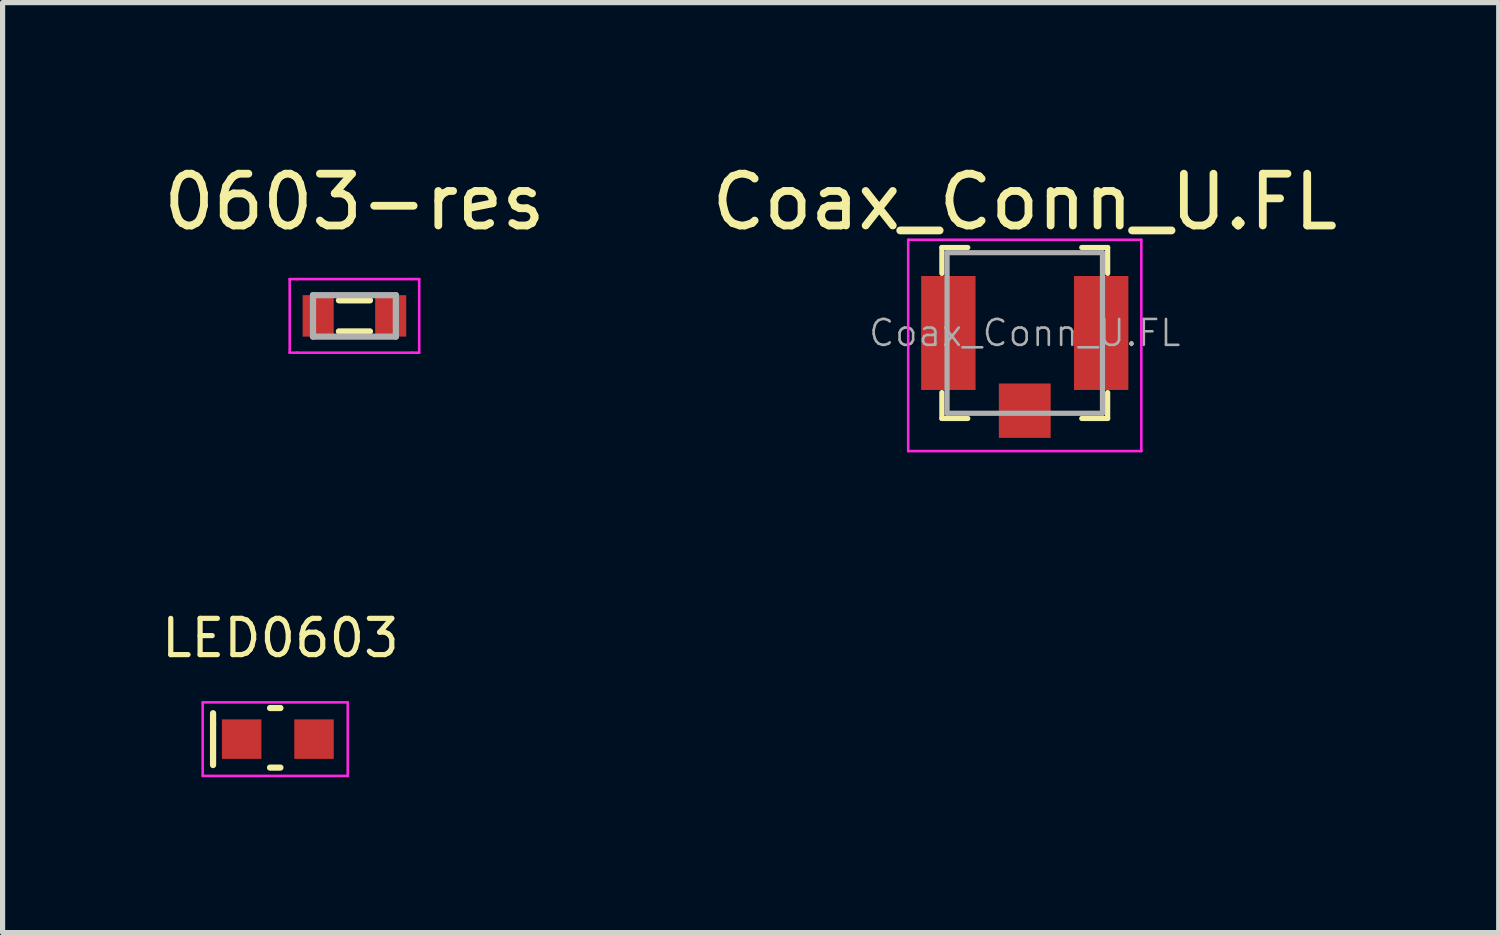
<source format=kicad_pcb>
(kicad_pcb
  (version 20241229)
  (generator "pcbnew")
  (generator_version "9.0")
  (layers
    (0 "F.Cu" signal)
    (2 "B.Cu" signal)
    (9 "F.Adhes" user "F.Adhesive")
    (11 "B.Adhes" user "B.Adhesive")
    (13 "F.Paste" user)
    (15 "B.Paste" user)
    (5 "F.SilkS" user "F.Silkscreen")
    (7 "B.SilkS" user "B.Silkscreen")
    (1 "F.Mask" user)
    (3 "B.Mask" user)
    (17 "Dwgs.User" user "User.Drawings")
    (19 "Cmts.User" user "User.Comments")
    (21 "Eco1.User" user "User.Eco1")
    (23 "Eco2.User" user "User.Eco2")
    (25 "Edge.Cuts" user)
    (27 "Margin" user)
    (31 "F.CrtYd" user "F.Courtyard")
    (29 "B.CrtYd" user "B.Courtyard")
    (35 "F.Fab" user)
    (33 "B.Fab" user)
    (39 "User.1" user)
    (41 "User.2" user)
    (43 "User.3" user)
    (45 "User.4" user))
  (footprint "0603-res"
    (layer "F.Cu")
    (at 3.792 3.048)
    (property "Reference" "0603-res" (at 0 -2.2 0) (layer "F.SilkS") (effects (font (size 1 1) (thickness 0.15))))
    (attr smd)
    (fp_line (start -0.3 -0.3) (end 0.3 -0.3) (stroke (width 0.12) (type solid)) (layer "F.SilkS"))
    (fp_line (start -0.3 0.3) (end 0.3 0.3) (stroke (width 0.12) (type solid)) (layer "F.SilkS"))
    (fp_line (start -1.25 0.71) (end -1.25 -0.71) (stroke (width 0.05) (type solid)) (layer "F.CrtYd"))
    (fp_line (start -1.11 -0.71) (end -1.25 -0.71) (stroke (width 0.05) (type solid)) (layer "F.CrtYd"))
    (fp_line (start -1.11 -0.71) (end 1.11 -0.71) (stroke (width 0.05) (type solid)) (layer "F.CrtYd"))
    (fp_line (start -1.11 0.71) (end -1.25 0.71) (stroke (width 0.05) (type solid)) (layer "F.CrtYd"))
    (fp_line (start 1.11 -0.71) (end 1.25 -0.71) (stroke (width 0.05) (type solid)) (layer "F.CrtYd"))
    (fp_line (start 1.11 0.71) (end -1.11 0.71) (stroke (width 0.05) (type solid)) (layer "F.CrtYd"))
    (fp_line (start 1.11 0.71) (end 1.25 0.71) (stroke (width 0.05) (type solid)) (layer "F.CrtYd"))
    (fp_line (start 1.25 -0.71) (end 1.25 0.71) (stroke (width 0.05) (type solid)) (layer "F.CrtYd"))
    (fp_line (start -0.8 -0.4) (end -0.8 0.4) (stroke (width 0.12) (type solid)) (layer "F.Fab"))
    (fp_line (start -0.8 0.4) (end 0.8 0.4) (stroke (width 0.12) (type solid)) (layer "F.Fab"))
    (fp_line (start 0.8 -0.4) (end -0.8 -0.4) (stroke (width 0.12) (type solid)) (layer "F.Fab"))
    (fp_line (start 0.8 0.4) (end 0.8 -0.4) (stroke (width 0.12) (type solid)) (layer "F.Fab"))
    (pad "1" smd rect (at -0.7 0) (size 0.6 0.8) (layers "F.Cu" "F.Mask" "F.Paste"))
    (pad "2" smd rect (at 0.7 0) (size 0.6 0.8) (layers "F.Cu" "F.Mask" "F.Paste")))
  (footprint "LED0603"
    (layer "F.Cu")
    (at 2.263 11.218)
    (property "Reference" "LED0603" (at 0.1 -1.95 180) (layer "F.SilkS") (effects (font (size 0.7 0.7) (thickness 0.1))))
    (attr smd)
    (fp_line (start -1.2 -0.5) (end -1.2 -0.3) (stroke (width 0.12) (type solid)) (layer "F.SilkS"))
    (fp_line (start -1.2 -0.3) (end -1.2 0.5) (stroke (width 0.12) (type solid)) (layer "F.SilkS"))
    (fp_line (start -0.1 -0.6) (end 0.1 -0.6) (stroke (width 0.12) (type solid)) (layer "F.SilkS"))
    (fp_line (start -0.1 0.55) (end 0.1 0.55) (stroke (width 0.12) (type solid)) (layer "F.SilkS"))
    (fp_line (start -1.4 -0.71) (end 1.4 -0.71) (stroke (width 0.05) (type solid)) (layer "F.CrtYd"))
    (fp_line (start -1.4 0.71) (end -1.4 -0.71) (stroke (width 0.05) (type solid)) (layer "F.CrtYd"))
    (fp_line (start -1.4 0.71) (end 1.4 0.71) (stroke (width 0.05) (type solid)) (layer "F.CrtYd"))
    (fp_line (start 1.4 0.71) (end 1.4 -0.71) (stroke (width 0.05) (type solid)) (layer "F.CrtYd"))
    (pad "1" smd rect (at 0.749 0) (size 0.762 0.762) (layers "F.Cu" "F.Mask" "F.Paste"))
    (pad "2" smd rect (at -0.648 0) (size 0.762 0.762) (layers "F.Cu" "F.Mask" "F.Paste")))
  (footprint "Coax_Conn_U.FL"
    (layer "F.Cu")
    (at 16.732 3.378)
    (property "Reference" "Coax_Conn_U.FL" (at 0 -2.53 0) (layer "F.SilkS") (effects (font (size 1 1) (thickness 0.15))))
    (attr smd)
    (fp_line (start -1.6 -1.65) (end -1.6 -1.15) (stroke (width 0.1) (type solid)) (layer "F.SilkS"))
    (fp_line (start -1.6 -1.65) (end -1.1 -1.65) (stroke (width 0.1) (type solid)) (layer "F.SilkS"))
    (fp_line (start -1.6 1.65) (end -1.6 1.15) (stroke (width 0.1) (type solid)) (layer "F.SilkS"))
    (fp_line (start -1.6 1.65) (end -1.1 1.65) (stroke (width 0.1) (type solid)) (layer "F.SilkS"))
    (fp_line (start 1.6 -1.65) (end 1.1 -1.65) (stroke (width 0.1) (type solid)) (layer "F.SilkS"))
    (fp_line (start 1.6 -1.65) (end 1.6 -1.15) (stroke (width 0.1) (type solid)) (layer "F.SilkS"))
    (fp_line (start 1.6 1.65) (end 1.1 1.65) (stroke (width 0.1) (type solid)) (layer "F.SilkS"))
    (fp_line (start 1.6 1.65) (end 1.6 1.15) (stroke (width 0.1) (type solid)) (layer "F.SilkS"))
    (fp_line (start -2.25 -1.8) (end -2.25 2.28) (stroke (width 0.05) (type solid)) (layer "F.CrtYd"))
    (fp_line (start -2.25 -1.8) (end 2.25 -1.8) (stroke (width 0.05) (type solid)) (layer "F.CrtYd"))
    (fp_line (start -2.25 2.28) (end 2.25 2.28) (stroke (width 0.05) (type solid)) (layer "F.CrtYd"))
    (fp_line (start 2.25 -1.8) (end 2.25 2.28) (stroke (width 0.05) (type solid)) (layer "F.CrtYd"))
    (fp_line (start -1.5 -1.55) (end 1.5 -1.55) (stroke (width 0.1) (type solid)) (layer "F.Fab"))
    (fp_line (start -1.5 1.55) (end -1.5 -1.55) (stroke (width 0.1) (type solid)) (layer "F.Fab"))
    (fp_line (start -1.5 1.55) (end 1.5 1.55) (stroke (width 0.1) (type solid)) (layer "F.Fab"))
    (fp_line (start 1.5 1.55) (end 1.5 -1.55) (stroke (width 0.1) (type solid)) (layer "F.Fab"))
    (fp_text user "${REFERENCE}" (at 0 0 0) (layer "F.Fab") (effects (font (size 0.5 0.5) (thickness 0.05))))
    (pad "1" smd rect (at -1.475 0) (size 1.05 2.2) (layers "F.Cu" "F.Mask" "F.Paste"))
    (pad "1" smd rect (at 1.475 0) (size 1.05 2.2) (layers "F.Cu" "F.Mask" "F.Paste"))
    (pad "2" smd rect (at 0 1.5) (size 1 1.05) (layers "F.Cu" "F.Mask" "F.Paste")))
  (gr_rect
    (start -3 -3)
    (end 25.881 14.953)
    (stroke (width 0.1) (type default))
    (fill no)
    (layer "Edge.Cuts")))
</source>
